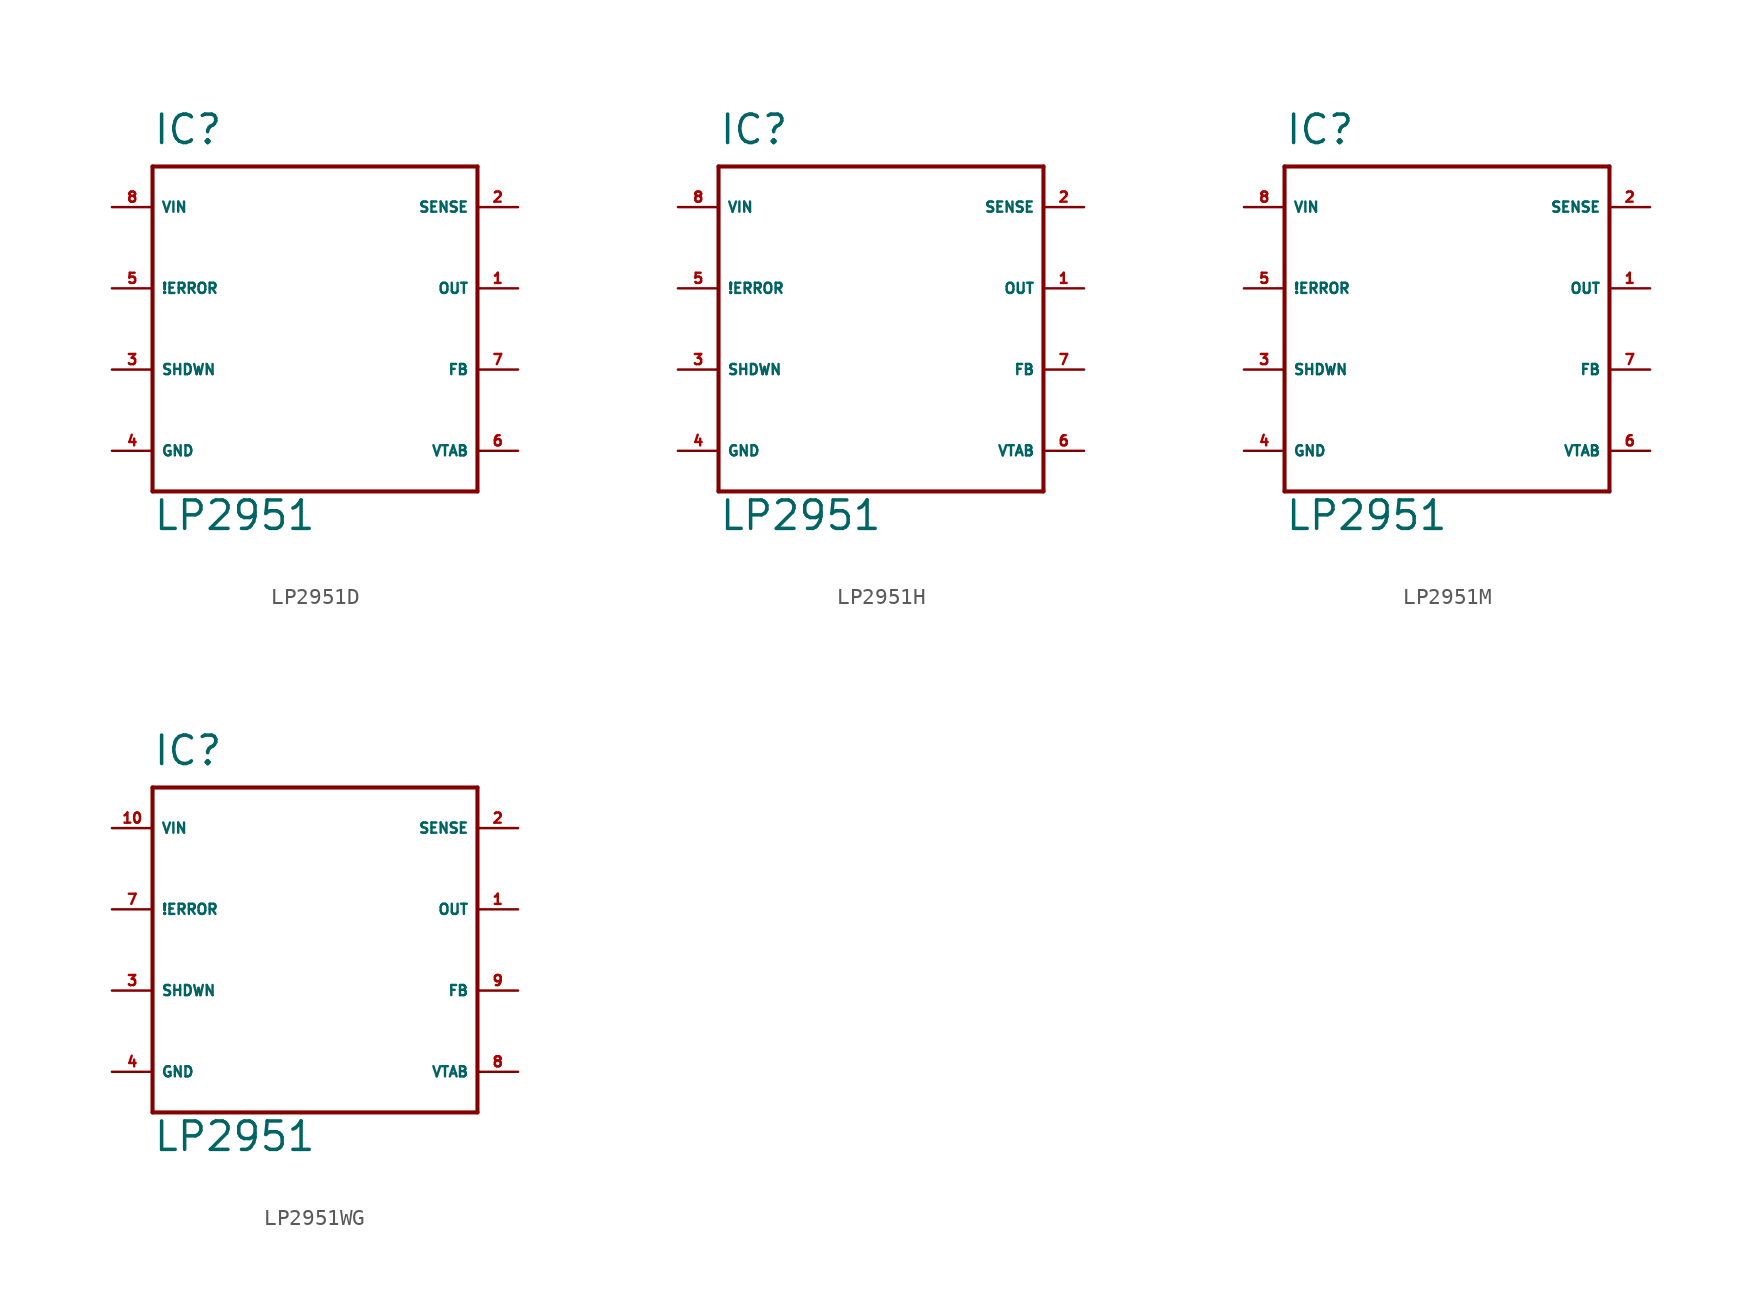
<source format=kicad_sym>
(kicad_symbol_lib
  (version 20220914)
  (generator Eagle2Kicad)
  (symbol "LP2951D"
    (property "Reference" "IC"
      (at -10.16 11.43 0)
      (effects (font (size 1.778 1.778) (thickness 0.22)) (justify left bottom)))
    (property "Value" "LP2951"
      (at -10.16 -12.7 0)
      (effects (font (size 1.778 1.778) (thickness 0.22)) (justify left bottom)))
    (polyline
      (pts (xy -10.16 10.16) (xy 10.16 10.16))
      (stroke (width 0.254) (type default))
      (fill (type none)))
    (polyline
      (pts (xy 10.16 10.16) (xy 10.16 -10.16))
      (stroke (width 0.254) (type default))
      (fill (type none)))
    (polyline
      (pts (xy 10.16 -10.16) (xy -10.16 -10.16))
      (stroke (width 0.254) (type default))
      (fill (type none)))
    (polyline
      (pts (xy -10.16 -10.16) (xy -10.16 10.16))
      (stroke (width 0.254) (type default))
      (fill (type none)))
    (pin input line
      (at -12.7 7.62 0)
      (length 2.54)
      (name "VIN" (effects (font (size 0.635 0.635) (thickness 0.08)) (justify left bottom)))
      (number "8" (effects (font (size 0.635 0.635) (thickness 0.08)) (justify left bottom))))
    (pin input line
      (at -12.7 -2.54 0)
      (length 2.54)
      (name "SHDWN" (effects (font (size 0.635 0.635) (thickness 0.08)) (justify left bottom)))
      (number "3" (effects (font (size 0.635 0.635) (thickness 0.08)) (justify left bottom))))
    (pin unspecified line
      (at -12.7 -7.62 0)
      (length 2.54)
      (name "GND" (effects (font (size 0.635 0.635) (thickness 0.08)) (justify left bottom)))
      (number "4" (effects (font (size 0.635 0.635) (thickness 0.08)) (justify left bottom))))
    (pin output line
      (at 12.7 2.54 180)
      (length 2.54)
      (name "OUT" (effects (font (size 0.635 0.635) (thickness 0.08)) (justify left bottom)))
      (number "1" (effects (font (size 0.635 0.635) (thickness 0.08)) (justify left bottom))))
    (pin input line
      (at 12.7 -2.54 180)
      (length 2.54)
      (name "FB" (effects (font (size 0.635 0.635) (thickness 0.08)) (justify left bottom)))
      (number "7" (effects (font (size 0.635 0.635) (thickness 0.08)) (justify left bottom))))
    (pin input line
      (at 12.7 7.62 180)
      (length 2.54)
      (name "SENSE" (effects (font (size 0.635 0.635) (thickness 0.08)) (justify left bottom)))
      (number "2" (effects (font (size 0.635 0.635) (thickness 0.08)) (justify left bottom))))
    (pin output line
      (at -12.7 2.54 0)
      (length 2.54)
      (name "!ERROR" (effects (font (size 0.635 0.635) (thickness 0.08)) (justify left bottom)))
      (number "5" (effects (font (size 0.635 0.635) (thickness 0.08)) (justify left bottom))))
    (pin input line
      (at 12.7 -7.62 180)
      (length 2.54)
      (name "VTAB" (effects (font (size 0.635 0.635) (thickness 0.08)) (justify left bottom)))
      (number "6" (effects (font (size 0.635 0.635) (thickness 0.08)) (justify left bottom)))))
  (symbol "LP2951H"
    (property "Reference" "IC"
      (at -10.16 11.43 0)
      (effects (font (size 1.778 1.778) (thickness 0.22)) (justify left bottom)))
    (property "Value" "LP2951"
      (at -10.16 -12.7 0)
      (effects (font (size 1.778 1.778) (thickness 0.22)) (justify left bottom)))
    (polyline
      (pts (xy -10.16 10.16) (xy 10.16 10.16))
      (stroke (width 0.254) (type default))
      (fill (type none)))
    (polyline
      (pts (xy 10.16 10.16) (xy 10.16 -10.16))
      (stroke (width 0.254) (type default))
      (fill (type none)))
    (polyline
      (pts (xy 10.16 -10.16) (xy -10.16 -10.16))
      (stroke (width 0.254) (type default))
      (fill (type none)))
    (polyline
      (pts (xy -10.16 -10.16) (xy -10.16 10.16))
      (stroke (width 0.254) (type default))
      (fill (type none)))
    (pin input line
      (at -12.7 7.62 0)
      (length 2.54)
      (name "VIN" (effects (font (size 0.635 0.635) (thickness 0.08)) (justify left bottom)))
      (number "8" (effects (font (size 0.635 0.635) (thickness 0.08)) (justify left bottom))))
    (pin input line
      (at -12.7 -2.54 0)
      (length 2.54)
      (name "SHDWN" (effects (font (size 0.635 0.635) (thickness 0.08)) (justify left bottom)))
      (number "3" (effects (font (size 0.635 0.635) (thickness 0.08)) (justify left bottom))))
    (pin unspecified line
      (at -12.7 -7.62 0)
      (length 2.54)
      (name "GND" (effects (font (size 0.635 0.635) (thickness 0.08)) (justify left bottom)))
      (number "4" (effects (font (size 0.635 0.635) (thickness 0.08)) (justify left bottom))))
    (pin output line
      (at 12.7 2.54 180)
      (length 2.54)
      (name "OUT" (effects (font (size 0.635 0.635) (thickness 0.08)) (justify left bottom)))
      (number "1" (effects (font (size 0.635 0.635) (thickness 0.08)) (justify left bottom))))
    (pin input line
      (at 12.7 -2.54 180)
      (length 2.54)
      (name "FB" (effects (font (size 0.635 0.635) (thickness 0.08)) (justify left bottom)))
      (number "7" (effects (font (size 0.635 0.635) (thickness 0.08)) (justify left bottom))))
    (pin input line
      (at 12.7 7.62 180)
      (length 2.54)
      (name "SENSE" (effects (font (size 0.635 0.635) (thickness 0.08)) (justify left bottom)))
      (number "2" (effects (font (size 0.635 0.635) (thickness 0.08)) (justify left bottom))))
    (pin output line
      (at -12.7 2.54 0)
      (length 2.54)
      (name "!ERROR" (effects (font (size 0.635 0.635) (thickness 0.08)) (justify left bottom)))
      (number "5" (effects (font (size 0.635 0.635) (thickness 0.08)) (justify left bottom))))
    (pin input line
      (at 12.7 -7.62 180)
      (length 2.54)
      (name "VTAB" (effects (font (size 0.635 0.635) (thickness 0.08)) (justify left bottom)))
      (number "6" (effects (font (size 0.635 0.635) (thickness 0.08)) (justify left bottom)))))
  (symbol "LP2951M"
    (property "Reference" "IC"
      (at -10.16 11.43 0)
      (effects (font (size 1.778 1.778) (thickness 0.22)) (justify left bottom)))
    (property "Value" "LP2951"
      (at -10.16 -12.7 0)
      (effects (font (size 1.778 1.778) (thickness 0.22)) (justify left bottom)))
    (polyline
      (pts (xy -10.16 10.16) (xy 10.16 10.16))
      (stroke (width 0.254) (type default))
      (fill (type none)))
    (polyline
      (pts (xy 10.16 10.16) (xy 10.16 -10.16))
      (stroke (width 0.254) (type default))
      (fill (type none)))
    (polyline
      (pts (xy 10.16 -10.16) (xy -10.16 -10.16))
      (stroke (width 0.254) (type default))
      (fill (type none)))
    (polyline
      (pts (xy -10.16 -10.16) (xy -10.16 10.16))
      (stroke (width 0.254) (type default))
      (fill (type none)))
    (pin input line
      (at -12.7 7.62 0)
      (length 2.54)
      (name "VIN" (effects (font (size 0.635 0.635) (thickness 0.08)) (justify left bottom)))
      (number "8" (effects (font (size 0.635 0.635) (thickness 0.08)) (justify left bottom))))
    (pin input line
      (at -12.7 -2.54 0)
      (length 2.54)
      (name "SHDWN" (effects (font (size 0.635 0.635) (thickness 0.08)) (justify left bottom)))
      (number "3" (effects (font (size 0.635 0.635) (thickness 0.08)) (justify left bottom))))
    (pin unspecified line
      (at -12.7 -7.62 0)
      (length 2.54)
      (name "GND" (effects (font (size 0.635 0.635) (thickness 0.08)) (justify left bottom)))
      (number "4" (effects (font (size 0.635 0.635) (thickness 0.08)) (justify left bottom))))
    (pin output line
      (at 12.7 2.54 180)
      (length 2.54)
      (name "OUT" (effects (font (size 0.635 0.635) (thickness 0.08)) (justify left bottom)))
      (number "1" (effects (font (size 0.635 0.635) (thickness 0.08)) (justify left bottom))))
    (pin input line
      (at 12.7 -2.54 180)
      (length 2.54)
      (name "FB" (effects (font (size 0.635 0.635) (thickness 0.08)) (justify left bottom)))
      (number "7" (effects (font (size 0.635 0.635) (thickness 0.08)) (justify left bottom))))
    (pin input line
      (at 12.7 7.62 180)
      (length 2.54)
      (name "SENSE" (effects (font (size 0.635 0.635) (thickness 0.08)) (justify left bottom)))
      (number "2" (effects (font (size 0.635 0.635) (thickness 0.08)) (justify left bottom))))
    (pin output line
      (at -12.7 2.54 0)
      (length 2.54)
      (name "!ERROR" (effects (font (size 0.635 0.635) (thickness 0.08)) (justify left bottom)))
      (number "5" (effects (font (size 0.635 0.635) (thickness 0.08)) (justify left bottom))))
    (pin input line
      (at 12.7 -7.62 180)
      (length 2.54)
      (name "VTAB" (effects (font (size 0.635 0.635) (thickness 0.08)) (justify left bottom)))
      (number "6" (effects (font (size 0.635 0.635) (thickness 0.08)) (justify left bottom)))))
  (symbol "LP2951WG"
    (property "Reference" "IC"
      (at -10.16 11.43 0)
      (effects (font (size 1.778 1.778) (thickness 0.22)) (justify left bottom)))
    (property "Value" "LP2951"
      (at -10.16 -12.7 0)
      (effects (font (size 1.778 1.778) (thickness 0.22)) (justify left bottom)))
    (polyline
      (pts (xy -10.16 10.16) (xy 10.16 10.16))
      (stroke (width 0.254) (type default))
      (fill (type none)))
    (polyline
      (pts (xy 10.16 10.16) (xy 10.16 -10.16))
      (stroke (width 0.254) (type default))
      (fill (type none)))
    (polyline
      (pts (xy 10.16 -10.16) (xy -10.16 -10.16))
      (stroke (width 0.254) (type default))
      (fill (type none)))
    (polyline
      (pts (xy -10.16 -10.16) (xy -10.16 10.16))
      (stroke (width 0.254) (type default))
      (fill (type none)))
    (pin input line
      (at -12.7 7.62 0)
      (length 2.54)
      (name "VIN" (effects (font (size 0.635 0.635) (thickness 0.08)) (justify left bottom)))
      (number "10" (effects (font (size 0.635 0.635) (thickness 0.08)) (justify left bottom))))
    (pin input line
      (at -12.7 -2.54 0)
      (length 2.54)
      (name "SHDWN" (effects (font (size 0.635 0.635) (thickness 0.08)) (justify left bottom)))
      (number "3" (effects (font (size 0.635 0.635) (thickness 0.08)) (justify left bottom))))
    (pin unspecified line
      (at -12.7 -7.62 0)
      (length 2.54)
      (name "GND" (effects (font (size 0.635 0.635) (thickness 0.08)) (justify left bottom)))
      (number "4" (effects (font (size 0.635 0.635) (thickness 0.08)) (justify left bottom))))
    (pin output line
      (at 12.7 2.54 180)
      (length 2.54)
      (name "OUT" (effects (font (size 0.635 0.635) (thickness 0.08)) (justify left bottom)))
      (number "1" (effects (font (size 0.635 0.635) (thickness 0.08)) (justify left bottom))))
    (pin input line
      (at 12.7 -2.54 180)
      (length 2.54)
      (name "FB" (effects (font (size 0.635 0.635) (thickness 0.08)) (justify left bottom)))
      (number "9" (effects (font (size 0.635 0.635) (thickness 0.08)) (justify left bottom))))
    (pin input line
      (at 12.7 7.62 180)
      (length 2.54)
      (name "SENSE" (effects (font (size 0.635 0.635) (thickness 0.08)) (justify left bottom)))
      (number "2" (effects (font (size 0.635 0.635) (thickness 0.08)) (justify left bottom))))
    (pin output line
      (at -12.7 2.54 0)
      (length 2.54)
      (name "!ERROR" (effects (font (size 0.635 0.635) (thickness 0.08)) (justify left bottom)))
      (number "7" (effects (font (size 0.635 0.635) (thickness 0.08)) (justify left bottom))))
    (pin input line
      (at 12.7 -7.62 180)
      (length 2.54)
      (name "VTAB" (effects (font (size 0.635 0.635) (thickness 0.08)) (justify left bottom)))
      (number "8" (effects (font (size 0.635 0.635) (thickness 0.08)) (justify left bottom))))))
</source>
